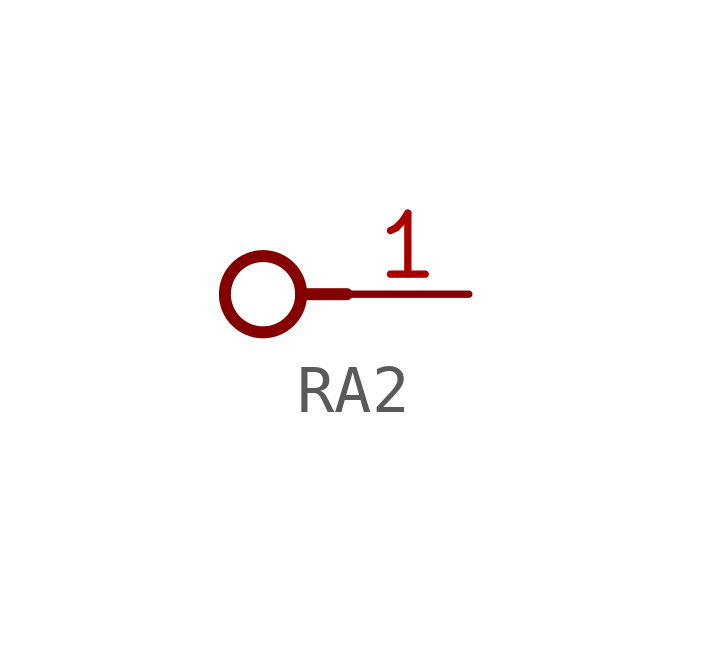
<source format=kicad_sym>
(kicad_symbol_lib
  (version 20231120)
  (generator "kicad_symbol_editor")
  (generator_version "8.0")
  (symbol "RA2"
    (power)
    (property "Reference" "#NetPort"
      (at 0 0 0)
      (effects (font (size 1.27 1.27)) (hide yes)))
    (property "ki_locked" ""
      (at 0 0 0)
      (effects (font (size 1.27 1.27))))
    (symbol "RA2_1_0"
      (circle (center -0.476 0) (radius 0.794) (stroke (width 0.25) (type solid)) (fill (type none)))
      (polyline (pts (xy 1.27 0) (xy 0.317 0)) (stroke (width 0.25) (type solid)) (fill (type none)))
      (pin power_in line (at 3.81 0 180) (length 2.54) (name "1" (effects (font (size 0 0)))) (number "1" (effects (font (size 1.27 1.27))))))))
</source>
